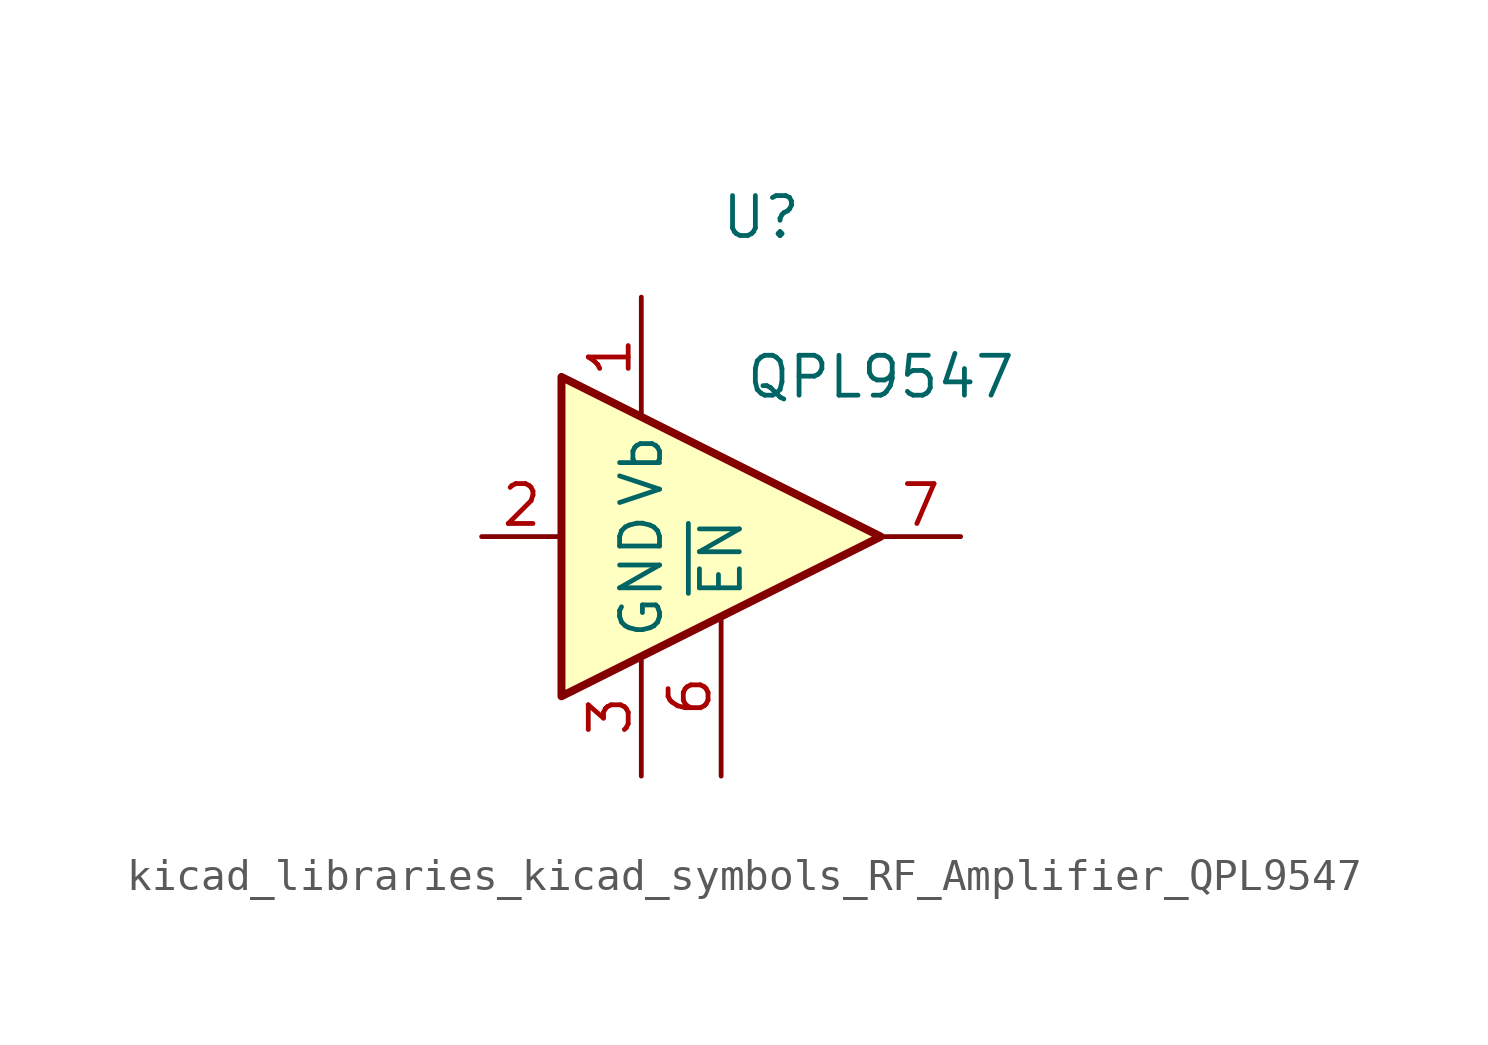
<source format=kicad_sym>
(kicad_symbol_lib
  (version 20220914)
  (generator kicad_symbol_editor)
  (symbol "kicad_libraries_kicad_symbols_RF_Amplifier_QPL9547"
    (property "Reference" "U"
      (at 1.27 10.16 0)
      (effects (font (size 1.27 1.27))))
    (property "Value" "QPL9547"
      (at 5.08 5.08 0)
      (effects (font (size 1.27 1.27))))
    (symbol "kicad_libraries_kicad_symbols_RF_Amplifier_QPL9547_0_1"
      (polyline (pts (xy 5.08 0) (xy -5.08 5.08) (xy -5.08 -5.08) (xy 5.08 0)) (stroke (width 0.254) (type default)) (fill (type background))))
    (symbol "kicad_libraries_kicad_symbols_RF_Amplifier_QPL9547_1_1"
      (pin power_in line (at -2.54 7.62 270) (length 3.81) (name "Vb" (effects (font (size 1.27 1.27)))) (number "1" (effects (font (size 1.27 1.27)))))
      (pin input line (at -7.62 0 0) (length 2.54) (name "~" (effects (font (size 1.27 1.27)))) (number "2" (effects (font (size 1.27 1.27)))))
      (pin power_in line (at -2.54 -7.62 90) (length 3.81) (name "GND" (effects (font (size 1.27 1.27)))) (number "3" (effects (font (size 1.27 1.27)))))
      (pin passive line (at -2.54 -7.62 90) (length 3.81) hide (name "GND" (effects (font (size 1.27 1.27)))) (number "4" (effects (font (size 1.27 1.27)))))
      (pin passive line (at -2.54 -7.62 90) (length 3.81) hide (name "GND" (effects (font (size 1.27 1.27)))) (number "5" (effects (font (size 1.27 1.27)))))
      (pin passive line (at 0 -7.62 90) (length 5.08) (name "~{EN}" (effects (font (size 1.27 1.27)))) (number "6" (effects (font (size 1.27 1.27)))))
      (pin output line (at 7.62 0 180) (length 2.54) (name "~" (effects (font (size 1.27 1.27)))) (number "7" (effects (font (size 1.27 1.27)))))
      (pin passive line (at -2.54 -7.62 90) (length 3.81) hide (name "GND" (effects (font (size 1.27 1.27)))) (number "8" (effects (font (size 1.27 1.27)))))
      (pin passive line (at -2.54 -7.62 90) (length 3.81) hide (name "GND" (effects (font (size 1.27 1.27)))) (number "9" (effects (font (size 1.27 1.27))))))))
</source>
